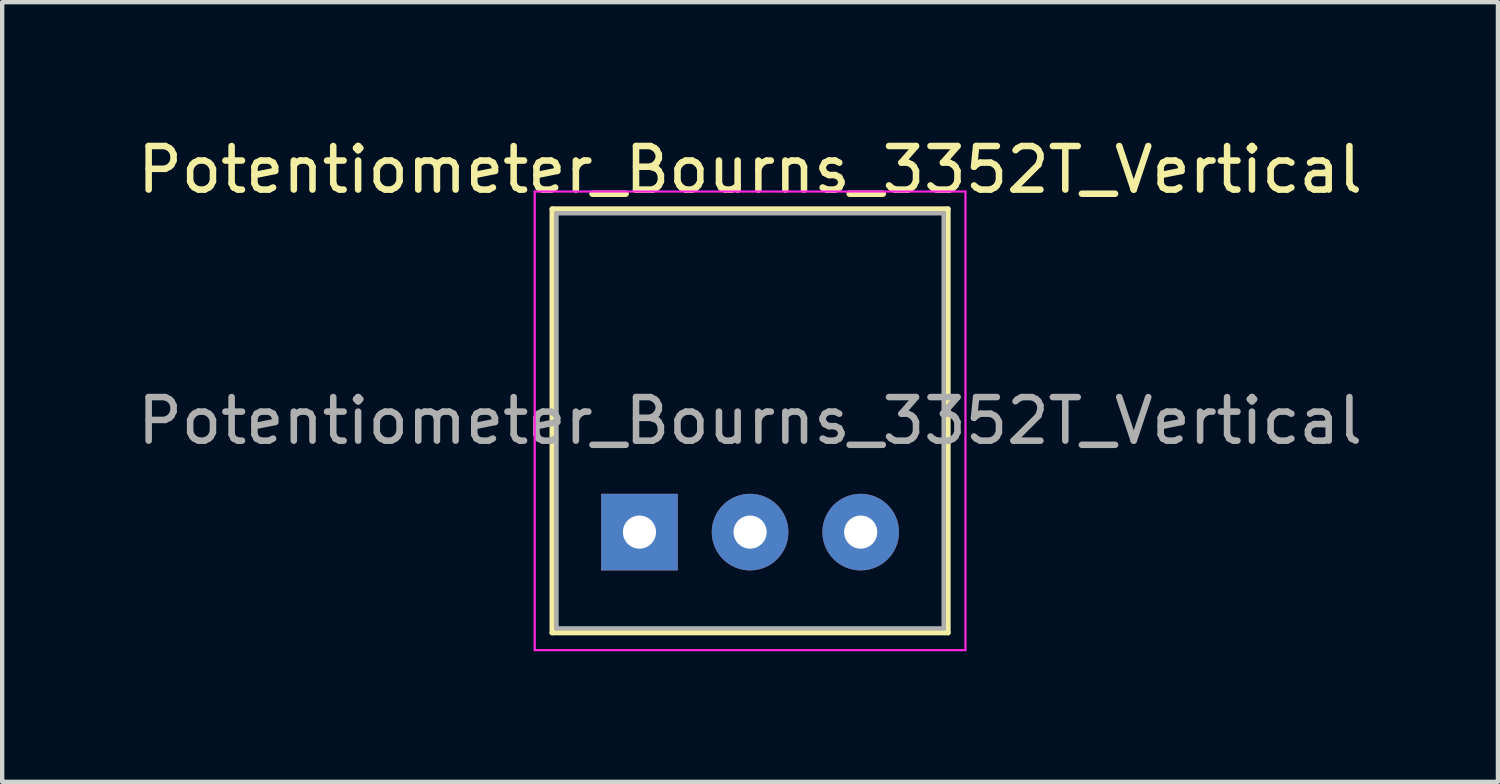
<source format=kicad_pcb>
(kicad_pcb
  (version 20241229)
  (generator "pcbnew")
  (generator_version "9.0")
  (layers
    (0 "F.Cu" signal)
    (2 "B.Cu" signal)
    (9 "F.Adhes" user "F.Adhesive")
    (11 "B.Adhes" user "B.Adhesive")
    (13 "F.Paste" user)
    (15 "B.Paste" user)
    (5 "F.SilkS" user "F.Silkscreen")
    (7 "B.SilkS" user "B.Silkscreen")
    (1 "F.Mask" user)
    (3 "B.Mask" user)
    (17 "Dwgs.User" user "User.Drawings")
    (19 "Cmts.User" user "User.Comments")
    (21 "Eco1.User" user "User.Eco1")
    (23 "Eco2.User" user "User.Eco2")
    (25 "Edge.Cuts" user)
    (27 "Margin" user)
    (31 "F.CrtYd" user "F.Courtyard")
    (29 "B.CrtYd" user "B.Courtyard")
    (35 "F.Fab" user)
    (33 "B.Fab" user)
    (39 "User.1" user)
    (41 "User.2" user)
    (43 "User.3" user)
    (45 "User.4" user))
  (footprint "Potentiometer_Bourns_3352T_Vertical"
    (layer "F.Cu")
    (at 11.633 9.168)
    (property "Reference" "Potentiometer_Bourns_3352T_Vertical" (at 2.54 -8.32 0) (layer "F.SilkS") (effects (font (size 1 1) (thickness 0.15))))
    (attr through_hole)
    (fp_line (start -2.005 -7.42) (end -2.005 2.31) (stroke (width 0.12) (type solid)) (layer "F.SilkS"))
    (fp_line (start -2.005 2.31) (end 7.085 2.31) (stroke (width 0.12) (type solid)) (layer "F.SilkS"))
    (fp_line (start 7.085 -7.42) (end -2.005 -7.42) (stroke (width 0.12) (type solid)) (layer "F.SilkS"))
    (fp_line (start 7.085 2.31) (end 7.085 -7.42) (stroke (width 0.12) (type solid)) (layer "F.SilkS"))
    (fp_line (start -2.405 -7.82) (end -2.405 2.71) (stroke (width 0.05) (type solid)) (layer "F.CrtYd"))
    (fp_line (start -2.405 2.71) (end 7.485 2.71) (stroke (width 0.05) (type solid)) (layer "F.CrtYd"))
    (fp_line (start 7.485 -7.82) (end -2.405 -7.82) (stroke (width 0.05) (type solid)) (layer "F.CrtYd"))
    (fp_line (start 7.485 2.71) (end 7.485 -7.82) (stroke (width 0.05) (type solid)) (layer "F.CrtYd"))
    (fp_line (start -1.905 -7.32) (end -1.905 2.21) (stroke (width 0.1) (type solid)) (layer "F.Fab"))
    (fp_line (start -1.905 2.21) (end 6.985 2.21) (stroke (width 0.1) (type solid)) (layer "F.Fab"))
    (fp_line (start 6.985 -7.32) (end -1.905 -7.32) (stroke (width 0.1) (type solid)) (layer "F.Fab"))
    (fp_line (start 6.985 2.21) (end 6.985 -7.32) (stroke (width 0.1) (type solid)) (layer "F.Fab"))
    (fp_text user "${REFERENCE}" (at 2.54 -2.555 0) (layer "F.Fab") (effects (font (size 1 1) (thickness 0.15))))
    (pad "1" thru_hole rect (at 0 0) (size 1.76 1.76) (drill 0.76) (layers "*.Cu" "*.Mask"))
    (pad "2" thru_hole circle (at 2.54 0) (size 1.76 1.76) (drill 0.76) (layers "*.Cu" "*.Mask"))
    (pad "3" thru_hole circle (at 5.08 0) (size 1.76 1.76) (drill 0.76) (layers "*.Cu" "*.Mask")))
  (gr_rect
    (start -3 -3)
    (end 31.345 14.903)
    (stroke (width 0.1) (type default))
    (fill no)
    (layer "Edge.Cuts")))
</source>
